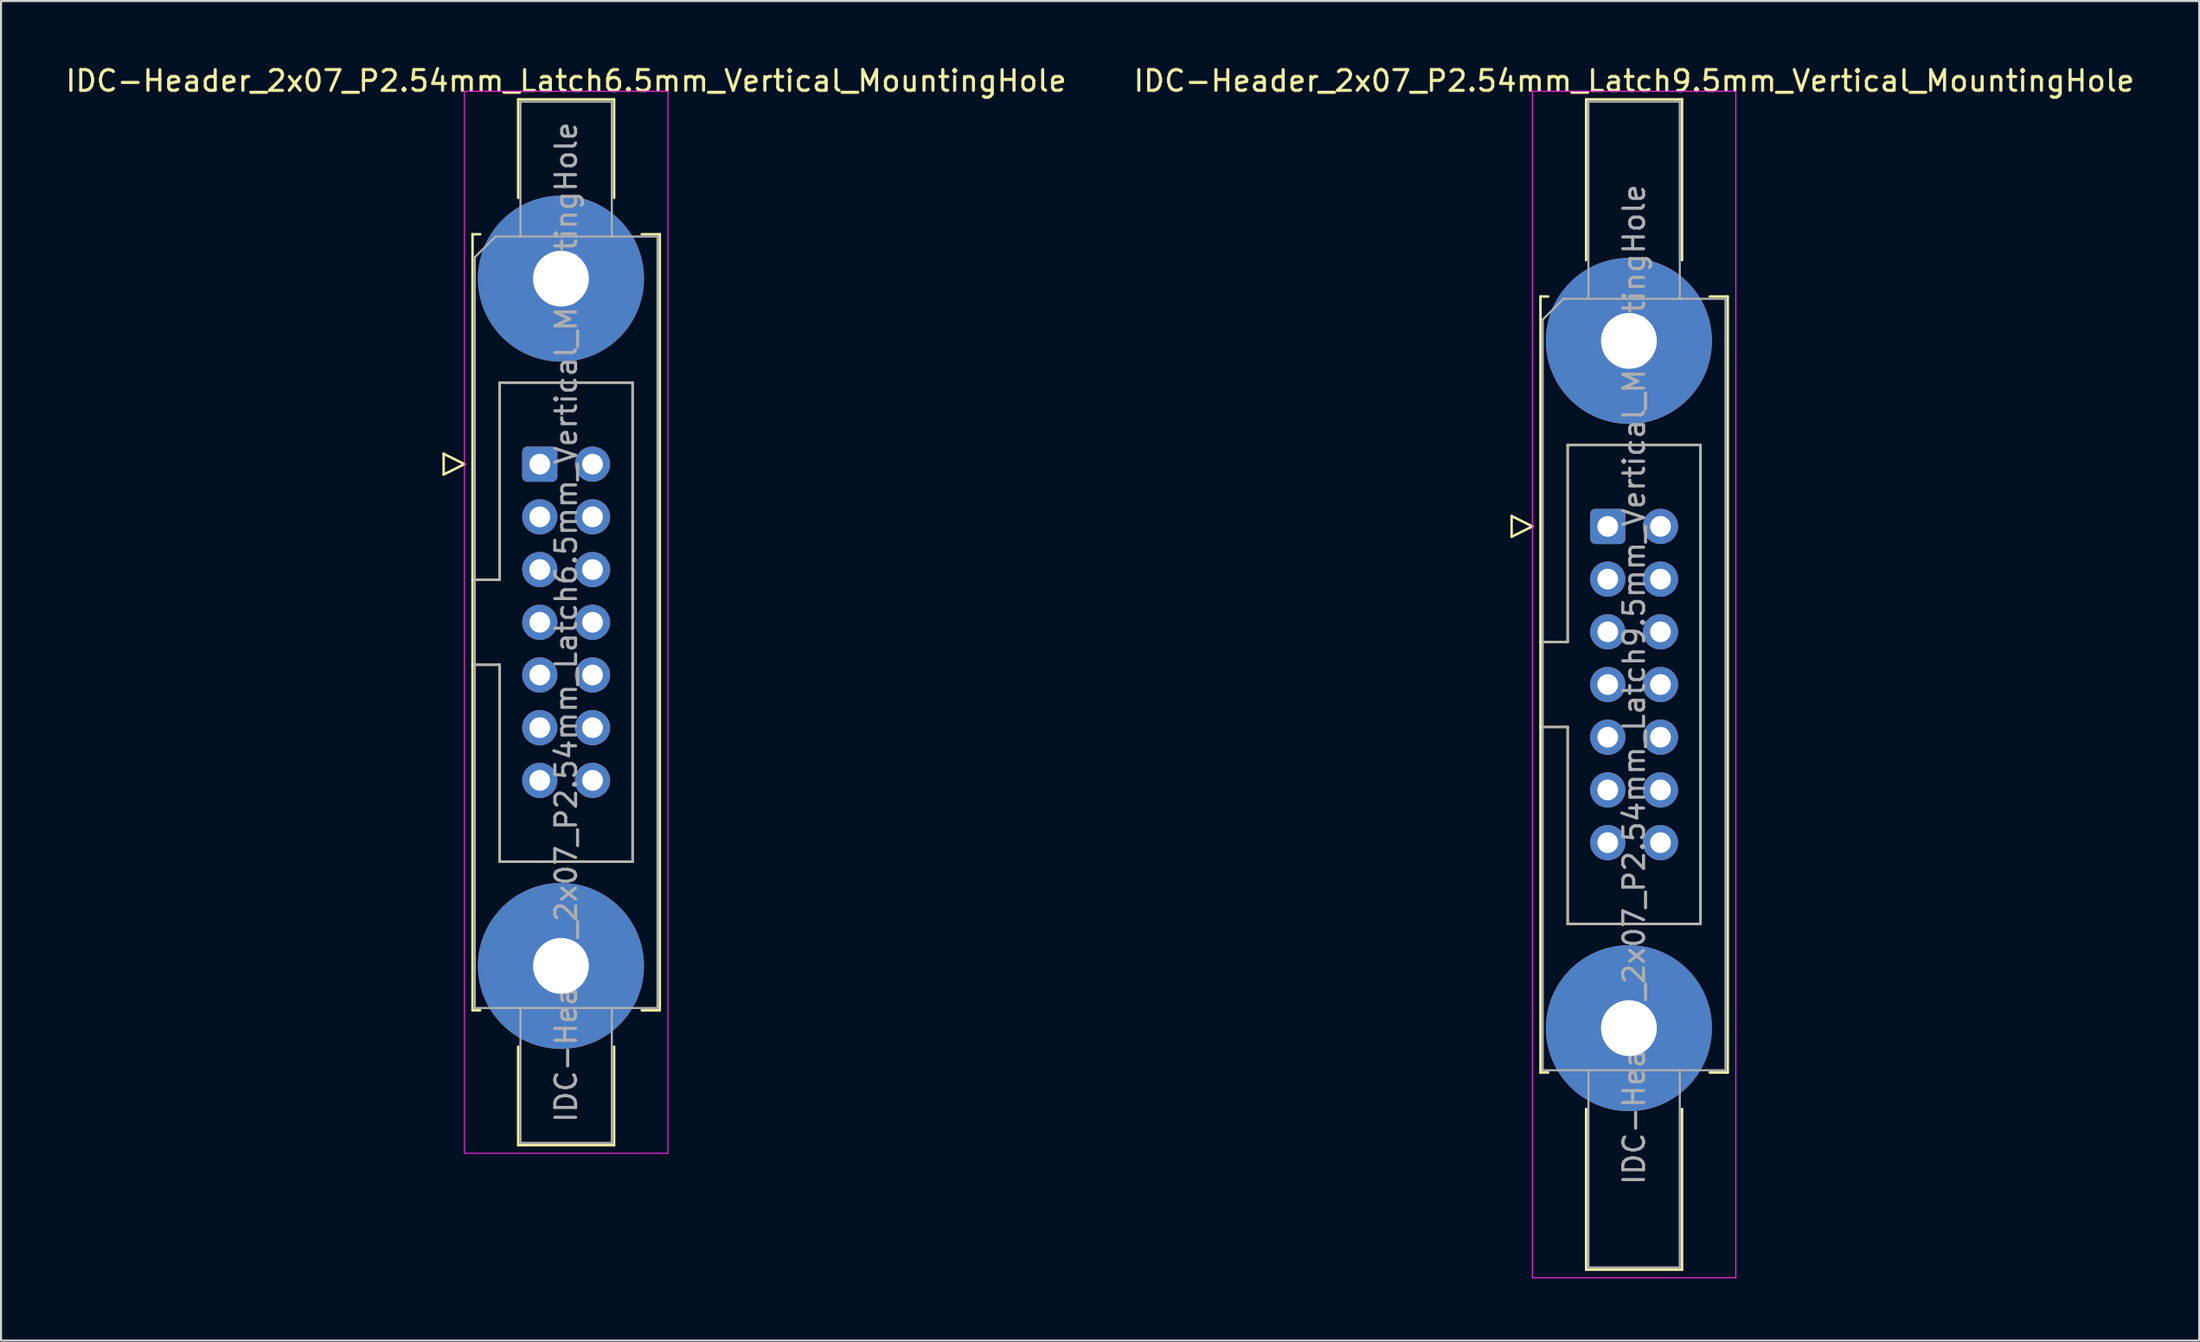
<source format=kicad_pcb>
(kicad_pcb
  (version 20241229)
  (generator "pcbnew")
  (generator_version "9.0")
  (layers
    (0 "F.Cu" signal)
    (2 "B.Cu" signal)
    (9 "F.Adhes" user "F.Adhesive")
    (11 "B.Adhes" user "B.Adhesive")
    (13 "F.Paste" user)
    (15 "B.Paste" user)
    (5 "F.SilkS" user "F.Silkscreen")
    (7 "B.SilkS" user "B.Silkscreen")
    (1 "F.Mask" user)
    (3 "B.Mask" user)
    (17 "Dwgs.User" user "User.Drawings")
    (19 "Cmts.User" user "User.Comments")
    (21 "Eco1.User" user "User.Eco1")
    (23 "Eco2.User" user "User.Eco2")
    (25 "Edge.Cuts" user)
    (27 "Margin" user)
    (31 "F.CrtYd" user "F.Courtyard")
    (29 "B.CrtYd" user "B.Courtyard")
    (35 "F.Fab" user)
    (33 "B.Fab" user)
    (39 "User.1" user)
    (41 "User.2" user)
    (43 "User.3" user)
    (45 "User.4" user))
  (footprint "IDC-Header_2x07_P2.54mm_Latch6.5mm_Vertical_MountingHole"
    (layer "F.Cu")
    (at 22.95 19.318)
    (property "Reference" "IDC-Header_2x07_P2.54mm_Latch6.5mm_Vertical_MountingHole" (at 1.27 -18.47 0) (layer "F.SilkS") (effects (font (size 1 1) (thickness 0.15))))
    (attr through_hole)
    (fp_line (start -4.63 -0.5) (end -4.63 0.5) (stroke (width 0.12) (type solid)) (layer "F.SilkS"))
    (fp_line (start -4.63 0.5) (end -3.63 0) (stroke (width 0.12) (type solid)) (layer "F.SilkS"))
    (fp_line (start -3.63 0) (end -4.63 -0.5) (stroke (width 0.12) (type solid)) (layer "F.SilkS"))
    (fp_line (start -3.24 -11.08) (end -3.24 26.32) (stroke (width 0.12) (type solid)) (layer "F.SilkS"))
    (fp_line (start -3.24 5.57) (end -1.93 5.57) (stroke (width 0.12) (type solid)) (layer "F.SilkS"))
    (fp_line (start -3.24 26.32) (end -2.87 26.32) (stroke (width 0.12) (type solid)) (layer "F.SilkS"))
    (fp_line (start -2.87 -11.08) (end -3.24 -11.08) (stroke (width 0.12) (type solid)) (layer "F.SilkS"))
    (fp_line (start -1.93 -3.92) (end 4.47 -3.92) (stroke (width 0.12) (type solid)) (layer "F.SilkS"))
    (fp_line (start -1.93 5.57) (end -1.93 -3.92) (stroke (width 0.12) (type solid)) (layer "F.SilkS"))
    (fp_line (start -1.93 9.67) (end -3.24 9.67) (stroke (width 0.12) (type solid)) (layer "F.SilkS"))
    (fp_line (start -1.93 9.67) (end -1.93 9.67) (stroke (width 0.12) (type solid)) (layer "F.SilkS"))
    (fp_line (start -1.93 19.16) (end -1.93 9.67) (stroke (width 0.12) (type solid)) (layer "F.SilkS"))
    (fp_line (start -1.04 -17.58) (end 3.58 -17.58) (stroke (width 0.12) (type solid)) (layer "F.SilkS"))
    (fp_line (start -1.04 -12.83) (end -1.04 -17.58) (stroke (width 0.12) (type solid)) (layer "F.SilkS"))
    (fp_line (start -1.04 28.07) (end -1.04 32.82) (stroke (width 0.12) (type solid)) (layer "F.SilkS"))
    (fp_line (start -1.04 32.82) (end 3.58 32.82) (stroke (width 0.12) (type solid)) (layer "F.SilkS"))
    (fp_line (start 3.58 -17.58) (end 3.58 -12.83) (stroke (width 0.12) (type solid)) (layer "F.SilkS"))
    (fp_line (start 3.58 32.82) (end 3.58 28.07) (stroke (width 0.12) (type solid)) (layer "F.SilkS"))
    (fp_line (start 4.47 -3.92) (end 4.47 19.16) (stroke (width 0.12) (type solid)) (layer "F.SilkS"))
    (fp_line (start 4.47 19.16) (end -1.93 19.16) (stroke (width 0.12) (type solid)) (layer "F.SilkS"))
    (fp_line (start 4.91 -11.08) (end 5.78 -11.08) (stroke (width 0.12) (type solid)) (layer "F.SilkS"))
    (fp_line (start 5.78 -11.08) (end 5.78 26.32) (stroke (width 0.12) (type solid)) (layer "F.SilkS"))
    (fp_line (start 5.78 26.32) (end 4.91 26.32) (stroke (width 0.12) (type solid)) (layer "F.SilkS"))
    (fp_line (start -3.63 -17.97) (end -3.63 33.21) (stroke (width 0.05) (type solid)) (layer "F.CrtYd"))
    (fp_line (start -3.63 33.21) (end 6.17 33.21) (stroke (width 0.05) (type solid)) (layer "F.CrtYd"))
    (fp_line (start 6.17 -17.97) (end -3.63 -17.97) (stroke (width 0.05) (type solid)) (layer "F.CrtYd"))
    (fp_line (start 6.17 33.21) (end 6.17 -17.97) (stroke (width 0.05) (type solid)) (layer "F.CrtYd"))
    (fp_line (start -3.13 -9.97) (end -2.13 -10.97) (stroke (width 0.1) (type solid)) (layer "F.Fab"))
    (fp_line (start -3.13 5.57) (end -1.93 5.57) (stroke (width 0.1) (type solid)) (layer "F.Fab"))
    (fp_line (start -3.13 26.21) (end -3.13 -9.97) (stroke (width 0.1) (type solid)) (layer "F.Fab"))
    (fp_line (start -2.13 -10.97) (end 5.67 -10.97) (stroke (width 0.1) (type solid)) (layer "F.Fab"))
    (fp_line (start -1.93 -3.92) (end 4.47 -3.92) (stroke (width 0.1) (type solid)) (layer "F.Fab"))
    (fp_line (start -1.93 5.57) (end -1.93 -3.92) (stroke (width 0.1) (type solid)) (layer "F.Fab"))
    (fp_line (start -1.93 9.67) (end -3.13 9.67) (stroke (width 0.1) (type solid)) (layer "F.Fab"))
    (fp_line (start -1.93 9.67) (end -1.93 9.67) (stroke (width 0.1) (type solid)) (layer "F.Fab"))
    (fp_line (start -1.93 19.16) (end -1.93 9.67) (stroke (width 0.1) (type solid)) (layer "F.Fab"))
    (fp_line (start -0.93 -17.47) (end 3.47 -17.47) (stroke (width 0.1) (type solid)) (layer "F.Fab"))
    (fp_line (start -0.93 -10.97) (end -0.93 -17.47) (stroke (width 0.1) (type solid)) (layer "F.Fab"))
    (fp_line (start -0.93 26.21) (end -0.93 32.71) (stroke (width 0.1) (type solid)) (layer "F.Fab"))
    (fp_line (start -0.93 32.71) (end 3.47 32.71) (stroke (width 0.1) (type solid)) (layer "F.Fab"))
    (fp_line (start 3.47 -17.47) (end 3.47 -10.97) (stroke (width 0.1) (type solid)) (layer "F.Fab"))
    (fp_line (start 3.47 32.71) (end 3.47 26.21) (stroke (width 0.1) (type solid)) (layer "F.Fab"))
    (fp_line (start 4.47 -3.92) (end 4.47 19.16) (stroke (width 0.1) (type solid)) (layer "F.Fab"))
    (fp_line (start 4.47 19.16) (end -1.93 19.16) (stroke (width 0.1) (type solid)) (layer "F.Fab"))
    (fp_line (start 5.67 -10.97) (end 5.67 26.21) (stroke (width 0.1) (type solid)) (layer "F.Fab"))
    (fp_line (start 5.67 26.21) (end -3.13 26.21) (stroke (width 0.1) (type solid)) (layer "F.Fab"))
    (fp_text user "${REFERENCE}" (at 1.27 7.62 90) (layer "F.Fab") (effects (font (size 1 1) (thickness 0.15))))
    (pad "" thru_hole circle (at 1.02 -8.94) (size 8 8) (drill 2.69) (layers "*.Cu" "*.Mask"))
    (pad "" thru_hole circle (at 1.02 24.18) (size 8 8) (drill 2.69) (layers "*.Cu" "*.Mask"))
    (pad "1" thru_hole roundrect (at 0 0) (size 1.7 1.7) (drill 1) (layers "*.Cu" "*.Mask") (roundrect_rratio 0.147))
    (pad "2" thru_hole circle (at 2.54 0) (size 1.7 1.7) (drill 1) (layers "*.Cu" "*.Mask"))
    (pad "3" thru_hole circle (at 0 2.54) (size 1.7 1.7) (drill 1) (layers "*.Cu" "*.Mask"))
    (pad "4" thru_hole circle (at 2.54 2.54) (size 1.7 1.7) (drill 1) (layers "*.Cu" "*.Mask"))
    (pad "5" thru_hole circle (at 0 5.08) (size 1.7 1.7) (drill 1) (layers "*.Cu" "*.Mask"))
    (pad "6" thru_hole circle (at 2.54 5.08) (size 1.7 1.7) (drill 1) (layers "*.Cu" "*.Mask"))
    (pad "7" thru_hole circle (at 0 7.62) (size 1.7 1.7) (drill 1) (layers "*.Cu" "*.Mask"))
    (pad "8" thru_hole circle (at 2.54 7.62) (size 1.7 1.7) (drill 1) (layers "*.Cu" "*.Mask"))
    (pad "9" thru_hole circle (at 0 10.16) (size 1.7 1.7) (drill 1) (layers "*.Cu" "*.Mask"))
    (pad "10" thru_hole circle (at 2.54 10.16) (size 1.7 1.7) (drill 1) (layers "*.Cu" "*.Mask"))
    (pad "11" thru_hole circle (at 0 12.7) (size 1.7 1.7) (drill 1) (layers "*.Cu" "*.Mask"))
    (pad "12" thru_hole circle (at 2.54 12.7) (size 1.7 1.7) (drill 1) (layers "*.Cu" "*.Mask"))
    (pad "13" thru_hole circle (at 0 15.24) (size 1.7 1.7) (drill 1) (layers "*.Cu" "*.Mask"))
    (pad "14" thru_hole circle (at 2.54 15.24) (size 1.7 1.7) (drill 1) (layers "*.Cu" "*.Mask")))
  (footprint "IDC-Header_2x07_P2.54mm_Latch9.5mm_Vertical_MountingHole"
    (layer "F.Cu")
    (at 74.391 22.318)
    (property "Reference" "IDC-Header_2x07_P2.54mm_Latch9.5mm_Vertical_MountingHole" (at 1.27 -21.47 0) (layer "F.SilkS") (effects (font (size 1 1) (thickness 0.15))))
    (attr through_hole)
    (fp_line (start -4.63 -0.5) (end -4.63 0.5) (stroke (width 0.12) (type solid)) (layer "F.SilkS"))
    (fp_line (start -4.63 0.5) (end -3.63 0) (stroke (width 0.12) (type solid)) (layer "F.SilkS"))
    (fp_line (start -3.63 0) (end -4.63 -0.5) (stroke (width 0.12) (type solid)) (layer "F.SilkS"))
    (fp_line (start -3.24 -11.08) (end -3.24 26.32) (stroke (width 0.12) (type solid)) (layer "F.SilkS"))
    (fp_line (start -3.24 5.57) (end -1.93 5.57) (stroke (width 0.12) (type solid)) (layer "F.SilkS"))
    (fp_line (start -3.24 26.32) (end -2.87 26.32) (stroke (width 0.12) (type solid)) (layer "F.SilkS"))
    (fp_line (start -2.87 -11.08) (end -3.24 -11.08) (stroke (width 0.12) (type solid)) (layer "F.SilkS"))
    (fp_line (start -1.93 -3.92) (end 4.47 -3.92) (stroke (width 0.12) (type solid)) (layer "F.SilkS"))
    (fp_line (start -1.93 5.57) (end -1.93 -3.92) (stroke (width 0.12) (type solid)) (layer "F.SilkS"))
    (fp_line (start -1.93 9.67) (end -3.24 9.67) (stroke (width 0.12) (type solid)) (layer "F.SilkS"))
    (fp_line (start -1.93 9.67) (end -1.93 9.67) (stroke (width 0.12) (type solid)) (layer "F.SilkS"))
    (fp_line (start -1.93 19.16) (end -1.93 9.67) (stroke (width 0.12) (type solid)) (layer "F.SilkS"))
    (fp_line (start -1.04 -20.58) (end 3.58 -20.58) (stroke (width 0.12) (type solid)) (layer "F.SilkS"))
    (fp_line (start -1.04 -12.83) (end -1.04 -20.58) (stroke (width 0.12) (type solid)) (layer "F.SilkS"))
    (fp_line (start -1.04 28.07) (end -1.04 35.82) (stroke (width 0.12) (type solid)) (layer "F.SilkS"))
    (fp_line (start -1.04 35.82) (end 3.58 35.82) (stroke (width 0.12) (type solid)) (layer "F.SilkS"))
    (fp_line (start 3.58 -20.58) (end 3.58 -12.83) (stroke (width 0.12) (type solid)) (layer "F.SilkS"))
    (fp_line (start 3.58 35.82) (end 3.58 28.07) (stroke (width 0.12) (type solid)) (layer "F.SilkS"))
    (fp_line (start 4.47 -3.92) (end 4.47 19.16) (stroke (width 0.12) (type solid)) (layer "F.SilkS"))
    (fp_line (start 4.47 19.16) (end -1.93 19.16) (stroke (width 0.12) (type solid)) (layer "F.SilkS"))
    (fp_line (start 4.91 -11.08) (end 5.78 -11.08) (stroke (width 0.12) (type solid)) (layer "F.SilkS"))
    (fp_line (start 5.78 -11.08) (end 5.78 26.32) (stroke (width 0.12) (type solid)) (layer "F.SilkS"))
    (fp_line (start 5.78 26.32) (end 4.91 26.32) (stroke (width 0.12) (type solid)) (layer "F.SilkS"))
    (fp_line (start -3.63 -20.97) (end -3.63 36.21) (stroke (width 0.05) (type solid)) (layer "F.CrtYd"))
    (fp_line (start -3.63 36.21) (end 6.17 36.21) (stroke (width 0.05) (type solid)) (layer "F.CrtYd"))
    (fp_line (start 6.17 -20.97) (end -3.63 -20.97) (stroke (width 0.05) (type solid)) (layer "F.CrtYd"))
    (fp_line (start 6.17 36.21) (end 6.17 -20.97) (stroke (width 0.05) (type solid)) (layer "F.CrtYd"))
    (fp_line (start -3.13 -9.97) (end -2.13 -10.97) (stroke (width 0.1) (type solid)) (layer "F.Fab"))
    (fp_line (start -3.13 5.57) (end -1.93 5.57) (stroke (width 0.1) (type solid)) (layer "F.Fab"))
    (fp_line (start -3.13 26.21) (end -3.13 -9.97) (stroke (width 0.1) (type solid)) (layer "F.Fab"))
    (fp_line (start -2.13 -10.97) (end 5.67 -10.97) (stroke (width 0.1) (type solid)) (layer "F.Fab"))
    (fp_line (start -1.93 -3.92) (end 4.47 -3.92) (stroke (width 0.1) (type solid)) (layer "F.Fab"))
    (fp_line (start -1.93 5.57) (end -1.93 -3.92) (stroke (width 0.1) (type solid)) (layer "F.Fab"))
    (fp_line (start -1.93 9.67) (end -3.13 9.67) (stroke (width 0.1) (type solid)) (layer "F.Fab"))
    (fp_line (start -1.93 9.67) (end -1.93 9.67) (stroke (width 0.1) (type solid)) (layer "F.Fab"))
    (fp_line (start -1.93 19.16) (end -1.93 9.67) (stroke (width 0.1) (type solid)) (layer "F.Fab"))
    (fp_line (start -0.93 -20.47) (end 3.47 -20.47) (stroke (width 0.1) (type solid)) (layer "F.Fab"))
    (fp_line (start -0.93 -10.97) (end -0.93 -20.47) (stroke (width 0.1) (type solid)) (layer "F.Fab"))
    (fp_line (start -0.93 26.21) (end -0.93 35.71) (stroke (width 0.1) (type solid)) (layer "F.Fab"))
    (fp_line (start -0.93 35.71) (end 3.47 35.71) (stroke (width 0.1) (type solid)) (layer "F.Fab"))
    (fp_line (start 3.47 -20.47) (end 3.47 -10.97) (stroke (width 0.1) (type solid)) (layer "F.Fab"))
    (fp_line (start 3.47 35.71) (end 3.47 26.21) (stroke (width 0.1) (type solid)) (layer "F.Fab"))
    (fp_line (start 4.47 -3.92) (end 4.47 19.16) (stroke (width 0.1) (type solid)) (layer "F.Fab"))
    (fp_line (start 4.47 19.16) (end -1.93 19.16) (stroke (width 0.1) (type solid)) (layer "F.Fab"))
    (fp_line (start 5.67 -10.97) (end 5.67 26.21) (stroke (width 0.1) (type solid)) (layer "F.Fab"))
    (fp_line (start 5.67 26.21) (end -3.13 26.21) (stroke (width 0.1) (type solid)) (layer "F.Fab"))
    (fp_text user "${REFERENCE}" (at 1.27 7.62 90) (layer "F.Fab") (effects (font (size 1 1) (thickness 0.15))))
    (pad "" thru_hole circle (at 1.02 -8.94) (size 8 8) (drill 2.69) (layers "*.Cu" "*.Mask"))
    (pad "" thru_hole circle (at 1.02 24.18) (size 8 8) (drill 2.69) (layers "*.Cu" "*.Mask"))
    (pad "1" thru_hole roundrect (at 0 0) (size 1.7 1.7) (drill 1) (layers "*.Cu" "*.Mask") (roundrect_rratio 0.147))
    (pad "2" thru_hole circle (at 2.54 0) (size 1.7 1.7) (drill 1) (layers "*.Cu" "*.Mask"))
    (pad "3" thru_hole circle (at 0 2.54) (size 1.7 1.7) (drill 1) (layers "*.Cu" "*.Mask"))
    (pad "4" thru_hole circle (at 2.54 2.54) (size 1.7 1.7) (drill 1) (layers "*.Cu" "*.Mask"))
    (pad "5" thru_hole circle (at 0 5.08) (size 1.7 1.7) (drill 1) (layers "*.Cu" "*.Mask"))
    (pad "6" thru_hole circle (at 2.54 5.08) (size 1.7 1.7) (drill 1) (layers "*.Cu" "*.Mask"))
    (pad "7" thru_hole circle (at 0 7.62) (size 1.7 1.7) (drill 1) (layers "*.Cu" "*.Mask"))
    (pad "8" thru_hole circle (at 2.54 7.62) (size 1.7 1.7) (drill 1) (layers "*.Cu" "*.Mask"))
    (pad "9" thru_hole circle (at 0 10.16) (size 1.7 1.7) (drill 1) (layers "*.Cu" "*.Mask"))
    (pad "10" thru_hole circle (at 2.54 10.16) (size 1.7 1.7) (drill 1) (layers "*.Cu" "*.Mask"))
    (pad "11" thru_hole circle (at 0 12.7) (size 1.7 1.7) (drill 1) (layers "*.Cu" "*.Mask"))
    (pad "12" thru_hole circle (at 2.54 12.7) (size 1.7 1.7) (drill 1) (layers "*.Cu" "*.Mask"))
    (pad "13" thru_hole circle (at 0 15.24) (size 1.7 1.7) (drill 1) (layers "*.Cu" "*.Mask"))
    (pad "14" thru_hole circle (at 2.54 15.24) (size 1.7 1.7) (drill 1) (layers "*.Cu" "*.Mask")))
  (gr_rect
    (start -3 -3)
    (end 102.881 61.553)
    (stroke (width 0.1) (type default))
    (fill no)
    (layer "Edge.Cuts")))
</source>
